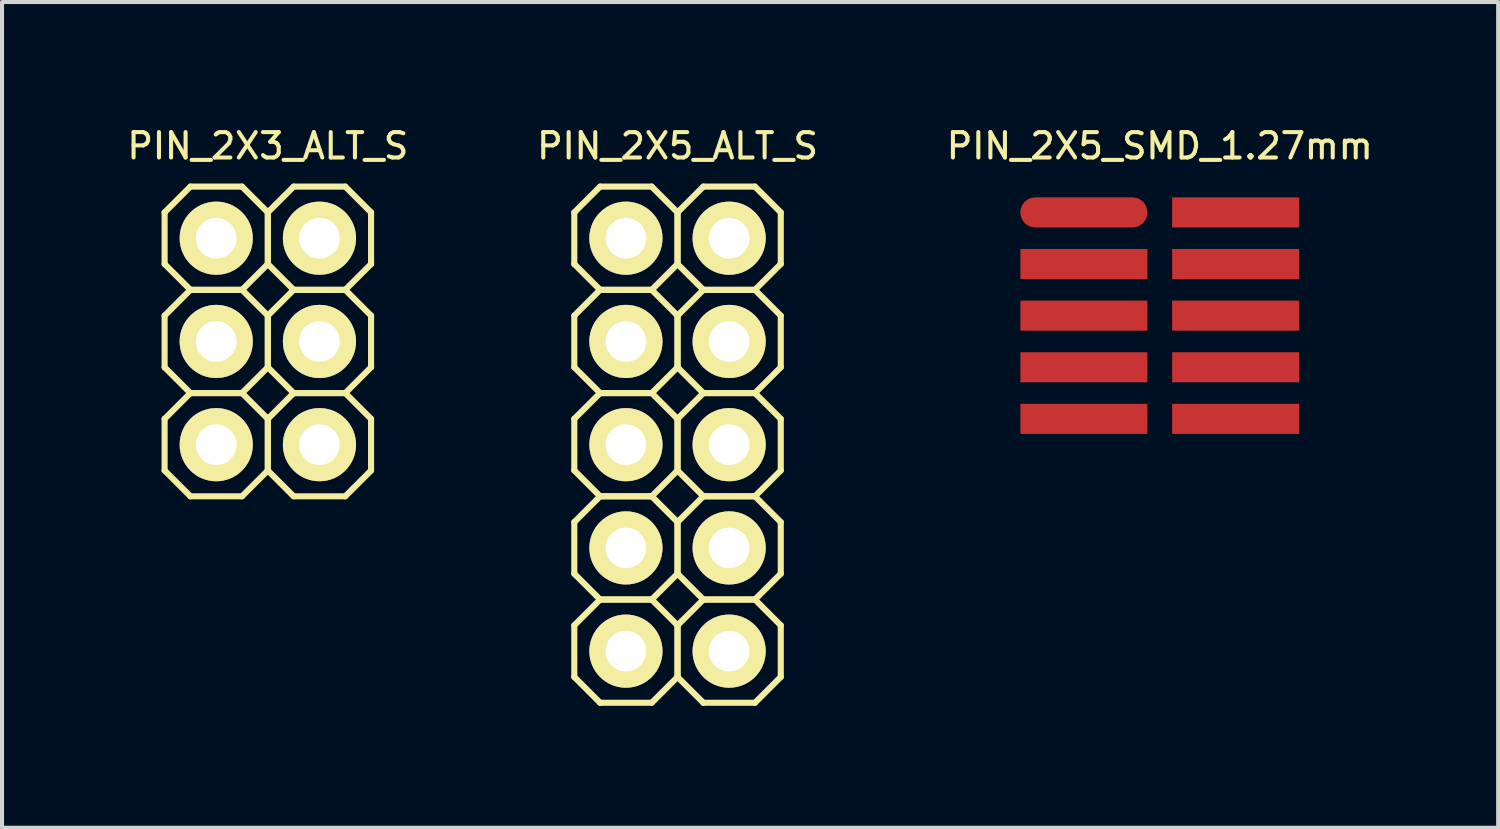
<source format=kicad_pcb>
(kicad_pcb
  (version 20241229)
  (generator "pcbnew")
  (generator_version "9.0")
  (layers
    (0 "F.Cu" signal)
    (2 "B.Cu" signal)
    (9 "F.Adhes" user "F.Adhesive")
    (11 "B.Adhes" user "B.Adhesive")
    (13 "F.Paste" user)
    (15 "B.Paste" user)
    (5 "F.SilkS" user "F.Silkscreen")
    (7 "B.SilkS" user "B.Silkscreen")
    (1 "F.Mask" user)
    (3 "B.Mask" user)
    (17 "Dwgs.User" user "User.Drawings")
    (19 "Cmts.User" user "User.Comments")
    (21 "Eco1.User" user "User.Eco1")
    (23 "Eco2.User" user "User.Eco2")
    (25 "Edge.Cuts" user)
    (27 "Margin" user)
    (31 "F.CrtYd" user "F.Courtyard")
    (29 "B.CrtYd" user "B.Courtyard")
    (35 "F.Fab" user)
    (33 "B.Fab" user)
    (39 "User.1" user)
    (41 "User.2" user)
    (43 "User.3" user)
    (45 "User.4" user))
  (footprint "PIN_2X5_ALT_S"
    (layer "F.Cu")
    (at 13.62 7.891)
    (property "Reference" "PIN_2X5_ALT_S" (at 0 -7.35 0) (layer "F.SilkS") (effects (font (size 0.625 0.625) (thickness 0.1))))
    (attr through_hole)
    (fp_line (start -2.54 -5.715) (end -2.54 -4.445) (stroke (width 0.15) (type solid)) (layer "F.SilkS"))
    (fp_line (start -2.54 -4.445) (end -1.905 -3.81) (stroke (width 0.15) (type solid)) (layer "F.SilkS"))
    (fp_line (start -2.54 -3.175) (end -2.54 -1.905) (stroke (width 0.15) (type solid)) (layer "F.SilkS"))
    (fp_line (start -2.54 -1.905) (end -1.905 -1.27) (stroke (width 0.15) (type solid)) (layer "F.SilkS"))
    (fp_line (start -2.54 -0.635) (end -2.54 0.635) (stroke (width 0.15) (type solid)) (layer "F.SilkS"))
    (fp_line (start -2.54 0.635) (end -1.905 1.27) (stroke (width 0.15) (type solid)) (layer "F.SilkS"))
    (fp_line (start -2.54 1.905) (end -2.54 3.175) (stroke (width 0.15) (type solid)) (layer "F.SilkS"))
    (fp_line (start -2.54 3.175) (end -1.905 3.81) (stroke (width 0.15) (type solid)) (layer "F.SilkS"))
    (fp_line (start -2.54 4.445) (end -2.54 5.715) (stroke (width 0.15) (type solid)) (layer "F.SilkS"))
    (fp_line (start -2.54 5.715) (end -1.905 6.35) (stroke (width 0.15) (type solid)) (layer "F.SilkS"))
    (fp_line (start -1.905 -6.35) (end -2.54 -5.715) (stroke (width 0.15) (type solid)) (layer "F.SilkS"))
    (fp_line (start -1.905 -3.81) (end -2.54 -3.175) (stroke (width 0.15) (type solid)) (layer "F.SilkS"))
    (fp_line (start -1.905 -3.81) (end -0.635 -3.81) (stroke (width 0.15) (type solid)) (layer "F.SilkS"))
    (fp_line (start -1.905 -1.27) (end -2.54 -0.635) (stroke (width 0.15) (type solid)) (layer "F.SilkS"))
    (fp_line (start -1.905 -1.27) (end -0.635 -1.27) (stroke (width 0.15) (type solid)) (layer "F.SilkS"))
    (fp_line (start -1.905 1.27) (end -2.54 1.905) (stroke (width 0.15) (type solid)) (layer "F.SilkS"))
    (fp_line (start -1.905 1.27) (end -0.635 1.27) (stroke (width 0.15) (type solid)) (layer "F.SilkS"))
    (fp_line (start -1.905 3.81) (end -2.54 4.445) (stroke (width 0.15) (type solid)) (layer "F.SilkS"))
    (fp_line (start -1.905 3.81) (end -0.635 3.81) (stroke (width 0.15) (type solid)) (layer "F.SilkS"))
    (fp_line (start -1.905 6.35) (end -0.635 6.35) (stroke (width 0.15) (type solid)) (layer "F.SilkS"))
    (fp_line (start -0.635 -6.35) (end -1.905 -6.35) (stroke (width 0.15) (type solid)) (layer "F.SilkS"))
    (fp_line (start -0.635 -3.81) (end -1.905 -3.81) (stroke (width 0.15) (type solid)) (layer "F.SilkS"))
    (fp_line (start -0.635 -3.81) (end 0 -4.445) (stroke (width 0.15) (type solid)) (layer "F.SilkS"))
    (fp_line (start -0.635 -1.27) (end -1.905 -1.27) (stroke (width 0.15) (type solid)) (layer "F.SilkS"))
    (fp_line (start -0.635 -1.27) (end 0 -1.905) (stroke (width 0.15) (type solid)) (layer "F.SilkS"))
    (fp_line (start -0.635 1.27) (end -1.905 1.27) (stroke (width 0.15) (type solid)) (layer "F.SilkS"))
    (fp_line (start -0.635 1.27) (end 0 0.635) (stroke (width 0.15) (type solid)) (layer "F.SilkS"))
    (fp_line (start -0.635 3.81) (end -1.905 3.81) (stroke (width 0.15) (type solid)) (layer "F.SilkS"))
    (fp_line (start -0.635 3.81) (end 0 3.175) (stroke (width 0.15) (type solid)) (layer "F.SilkS"))
    (fp_line (start -0.635 6.35) (end 0 5.715) (stroke (width 0.15) (type solid)) (layer "F.SilkS"))
    (fp_line (start 0 -5.715) (end -0.635 -6.35) (stroke (width 0.15) (type solid)) (layer "F.SilkS"))
    (fp_line (start 0 -5.715) (end 0.635 -6.35) (stroke (width 0.15) (type solid)) (layer "F.SilkS"))
    (fp_line (start 0 -4.445) (end 0 -5.715) (stroke (width 0.15) (type solid)) (layer "F.SilkS"))
    (fp_line (start 0 -4.445) (end 0 -5.715) (stroke (width 0.15) (type solid)) (layer "F.SilkS"))
    (fp_line (start 0 -3.175) (end -0.635 -3.81) (stroke (width 0.15) (type solid)) (layer "F.SilkS"))
    (fp_line (start 0 -3.175) (end 0.635 -3.81) (stroke (width 0.15) (type solid)) (layer "F.SilkS"))
    (fp_line (start 0 -1.905) (end 0 -3.175) (stroke (width 0.15) (type solid)) (layer "F.SilkS"))
    (fp_line (start 0 -1.905) (end 0 -3.175) (stroke (width 0.15) (type solid)) (layer "F.SilkS"))
    (fp_line (start 0 -0.635) (end -0.635 -1.27) (stroke (width 0.15) (type solid)) (layer "F.SilkS"))
    (fp_line (start 0 -0.635) (end 0.635 -1.27) (stroke (width 0.15) (type solid)) (layer "F.SilkS"))
    (fp_line (start 0 0.635) (end 0 -0.635) (stroke (width 0.15) (type solid)) (layer "F.SilkS"))
    (fp_line (start 0 0.635) (end 0 -0.635) (stroke (width 0.15) (type solid)) (layer "F.SilkS"))
    (fp_line (start 0 1.905) (end -0.635 1.27) (stroke (width 0.15) (type solid)) (layer "F.SilkS"))
    (fp_line (start 0 1.905) (end 0.635 1.27) (stroke (width 0.15) (type solid)) (layer "F.SilkS"))
    (fp_line (start 0 3.175) (end 0 1.905) (stroke (width 0.15) (type solid)) (layer "F.SilkS"))
    (fp_line (start 0 3.175) (end 0 1.905) (stroke (width 0.15) (type solid)) (layer "F.SilkS"))
    (fp_line (start 0 4.445) (end -0.635 3.81) (stroke (width 0.15) (type solid)) (layer "F.SilkS"))
    (fp_line (start 0 4.445) (end 0.635 3.81) (stroke (width 0.15) (type solid)) (layer "F.SilkS"))
    (fp_line (start 0 5.715) (end 0 4.445) (stroke (width 0.15) (type solid)) (layer "F.SilkS"))
    (fp_line (start 0 5.715) (end 0 4.445) (stroke (width 0.15) (type solid)) (layer "F.SilkS"))
    (fp_line (start 0.635 -6.35) (end 1.905 -6.35) (stroke (width 0.15) (type solid)) (layer "F.SilkS"))
    (fp_line (start 0.635 -3.81) (end 0 -4.445) (stroke (width 0.15) (type solid)) (layer "F.SilkS"))
    (fp_line (start 0.635 -3.81) (end 1.905 -3.81) (stroke (width 0.15) (type solid)) (layer "F.SilkS"))
    (fp_line (start 0.635 -1.27) (end 0 -1.905) (stroke (width 0.15) (type solid)) (layer "F.SilkS"))
    (fp_line (start 0.635 -1.27) (end 1.905 -1.27) (stroke (width 0.15) (type solid)) (layer "F.SilkS"))
    (fp_line (start 0.635 1.27) (end 0 0.635) (stroke (width 0.15) (type solid)) (layer "F.SilkS"))
    (fp_line (start 0.635 1.27) (end 1.905 1.27) (stroke (width 0.15) (type solid)) (layer "F.SilkS"))
    (fp_line (start 0.635 3.81) (end 0 3.175) (stroke (width 0.15) (type solid)) (layer "F.SilkS"))
    (fp_line (start 0.635 3.81) (end 1.905 3.81) (stroke (width 0.15) (type solid)) (layer "F.SilkS"))
    (fp_line (start 0.635 6.35) (end 0 5.715) (stroke (width 0.15) (type solid)) (layer "F.SilkS"))
    (fp_line (start 1.905 -6.35) (end 2.54 -5.715) (stroke (width 0.15) (type solid)) (layer "F.SilkS"))
    (fp_line (start 1.905 -3.81) (end 0.635 -3.81) (stroke (width 0.15) (type solid)) (layer "F.SilkS"))
    (fp_line (start 1.905 -3.81) (end 2.54 -3.175) (stroke (width 0.15) (type solid)) (layer "F.SilkS"))
    (fp_line (start 1.905 -1.27) (end 0.635 -1.27) (stroke (width 0.15) (type solid)) (layer "F.SilkS"))
    (fp_line (start 1.905 -1.27) (end 2.54 -0.635) (stroke (width 0.15) (type solid)) (layer "F.SilkS"))
    (fp_line (start 1.905 1.27) (end 0.635 1.27) (stroke (width 0.15) (type solid)) (layer "F.SilkS"))
    (fp_line (start 1.905 1.27) (end 2.54 1.905) (stroke (width 0.15) (type solid)) (layer "F.SilkS"))
    (fp_line (start 1.905 3.81) (end 0.635 3.81) (stroke (width 0.15) (type solid)) (layer "F.SilkS"))
    (fp_line (start 1.905 3.81) (end 2.54 4.445) (stroke (width 0.15) (type solid)) (layer "F.SilkS"))
    (fp_line (start 1.905 6.35) (end 0.635 6.35) (stroke (width 0.15) (type solid)) (layer "F.SilkS"))
    (fp_line (start 2.54 -5.715) (end 2.54 -4.445) (stroke (width 0.15) (type solid)) (layer "F.SilkS"))
    (fp_line (start 2.54 -4.445) (end 1.905 -3.81) (stroke (width 0.15) (type solid)) (layer "F.SilkS"))
    (fp_line (start 2.54 -3.175) (end 2.54 -1.905) (stroke (width 0.15) (type solid)) (layer "F.SilkS"))
    (fp_line (start 2.54 -1.905) (end 1.905 -1.27) (stroke (width 0.15) (type solid)) (layer "F.SilkS"))
    (fp_line (start 2.54 -0.635) (end 2.54 0.635) (stroke (width 0.15) (type solid)) (layer "F.SilkS"))
    (fp_line (start 2.54 0.635) (end 1.905 1.27) (stroke (width 0.15) (type solid)) (layer "F.SilkS"))
    (fp_line (start 2.54 1.905) (end 2.54 3.175) (stroke (width 0.15) (type solid)) (layer "F.SilkS"))
    (fp_line (start 2.54 3.175) (end 1.905 3.81) (stroke (width 0.15) (type solid)) (layer "F.SilkS"))
    (fp_line (start 2.54 4.445) (end 2.54 5.715) (stroke (width 0.15) (type solid)) (layer "F.SilkS"))
    (fp_line (start 2.54 5.715) (end 1.905 6.35) (stroke (width 0.15) (type solid)) (layer "F.SilkS"))
    (pad "1" thru_hole circle (at -1.27 -5.08 180) (size 1.8 1.8) (drill 1) (layers "*.Cu" "*.Mask" "F.SilkS"))
    (pad "2" thru_hole circle (at 1.27 -5.08) (size 1.8 1.8) (drill 1) (layers "*.Cu" "*.Mask" "F.SilkS"))
    (pad "3" thru_hole circle (at -1.27 -2.54 180) (size 1.8 1.8) (drill 1) (layers "*.Cu" "*.Mask" "F.SilkS"))
    (pad "4" thru_hole circle (at 1.27 -2.54) (size 1.8 1.8) (drill 1) (layers "*.Cu" "*.Mask" "F.SilkS"))
    (pad "5" thru_hole circle (at -1.27 0 180) (size 1.8 1.8) (drill 1) (layers "*.Cu" "*.Mask" "F.SilkS"))
    (pad "6" thru_hole circle (at 1.27 0) (size 1.8 1.8) (drill 1) (layers "*.Cu" "*.Mask" "F.SilkS"))
    (pad "7" thru_hole circle (at -1.27 2.54 180) (size 1.8 1.8) (drill 1) (layers "*.Cu" "*.Mask" "F.SilkS"))
    (pad "8" thru_hole circle (at 1.27 2.54) (size 1.8 1.8) (drill 1) (layers "*.Cu" "*.Mask" "F.SilkS"))
    (pad "9" thru_hole circle (at -1.27 5.08 180) (size 1.8 1.8) (drill 1) (layers "*.Cu" "*.Mask" "F.SilkS"))
    (pad "10" thru_hole circle (at 1.27 5.08) (size 1.8 1.8) (drill 1) (layers "*.Cu" "*.Mask" "F.SilkS")))
  (footprint "PIN_2X3_ALT_S"
    (layer "F.Cu")
    (at 3.54 5.351)
    (property "Reference" "PIN_2X3_ALT_S" (at 0 -4.81 0) (layer "F.SilkS") (effects (font (size 0.625 0.625) (thickness 0.1))))
    (attr through_hole)
    (fp_line (start -2.54 -3.175) (end -2.54 -1.905) (stroke (width 0.15) (type solid)) (layer "F.SilkS"))
    (fp_line (start -2.54 -1.905) (end -1.905 -1.27) (stroke (width 0.15) (type solid)) (layer "F.SilkS"))
    (fp_line (start -2.54 -0.635) (end -2.54 0.635) (stroke (width 0.15) (type solid)) (layer "F.SilkS"))
    (fp_line (start -2.54 0.635) (end -1.905 1.27) (stroke (width 0.15) (type solid)) (layer "F.SilkS"))
    (fp_line (start -2.54 1.905) (end -2.54 3.175) (stroke (width 0.15) (type solid)) (layer "F.SilkS"))
    (fp_line (start -2.54 3.175) (end -1.905 3.81) (stroke (width 0.15) (type solid)) (layer "F.SilkS"))
    (fp_line (start -1.905 -3.81) (end -2.54 -3.175) (stroke (width 0.15) (type solid)) (layer "F.SilkS"))
    (fp_line (start -1.905 -1.27) (end -2.54 -0.635) (stroke (width 0.15) (type solid)) (layer "F.SilkS"))
    (fp_line (start -1.905 -1.27) (end -0.635 -1.27) (stroke (width 0.15) (type solid)) (layer "F.SilkS"))
    (fp_line (start -1.905 1.27) (end -2.54 1.905) (stroke (width 0.15) (type solid)) (layer "F.SilkS"))
    (fp_line (start -1.905 1.27) (end -0.635 1.27) (stroke (width 0.15) (type solid)) (layer "F.SilkS"))
    (fp_line (start -1.905 3.81) (end -0.635 3.81) (stroke (width 0.15) (type solid)) (layer "F.SilkS"))
    (fp_line (start -0.635 -3.81) (end -1.905 -3.81) (stroke (width 0.15) (type solid)) (layer "F.SilkS"))
    (fp_line (start -0.635 -1.27) (end -1.905 -1.27) (stroke (width 0.15) (type solid)) (layer "F.SilkS"))
    (fp_line (start -0.635 -1.27) (end 0 -1.905) (stroke (width 0.15) (type solid)) (layer "F.SilkS"))
    (fp_line (start -0.635 1.27) (end -1.905 1.27) (stroke (width 0.15) (type solid)) (layer "F.SilkS"))
    (fp_line (start -0.635 1.27) (end 0 0.635) (stroke (width 0.15) (type solid)) (layer "F.SilkS"))
    (fp_line (start -0.635 3.81) (end 0 3.175) (stroke (width 0.15) (type solid)) (layer "F.SilkS"))
    (fp_line (start 0 -3.175) (end -0.635 -3.81) (stroke (width 0.15) (type solid)) (layer "F.SilkS"))
    (fp_line (start 0 -3.175) (end 0.635 -3.81) (stroke (width 0.15) (type solid)) (layer "F.SilkS"))
    (fp_line (start 0 -1.905) (end 0 -3.175) (stroke (width 0.15) (type solid)) (layer "F.SilkS"))
    (fp_line (start 0 -1.905) (end 0 -3.175) (stroke (width 0.15) (type solid)) (layer "F.SilkS"))
    (fp_line (start 0 -0.635) (end -0.635 -1.27) (stroke (width 0.15) (type solid)) (layer "F.SilkS"))
    (fp_line (start 0 -0.635) (end 0.635 -1.27) (stroke (width 0.15) (type solid)) (layer "F.SilkS"))
    (fp_line (start 0 0.635) (end 0 -0.635) (stroke (width 0.15) (type solid)) (layer "F.SilkS"))
    (fp_line (start 0 0.635) (end 0 -0.635) (stroke (width 0.15) (type solid)) (layer "F.SilkS"))
    (fp_line (start 0 1.905) (end -0.635 1.27) (stroke (width 0.15) (type solid)) (layer "F.SilkS"))
    (fp_line (start 0 1.905) (end 0.635 1.27) (stroke (width 0.15) (type solid)) (layer "F.SilkS"))
    (fp_line (start 0 3.175) (end 0 1.905) (stroke (width 0.15) (type solid)) (layer "F.SilkS"))
    (fp_line (start 0 3.175) (end 0 1.905) (stroke (width 0.15) (type solid)) (layer "F.SilkS"))
    (fp_line (start 0.635 -3.81) (end 1.905 -3.81) (stroke (width 0.15) (type solid)) (layer "F.SilkS"))
    (fp_line (start 0.635 -1.27) (end 0 -1.905) (stroke (width 0.15) (type solid)) (layer "F.SilkS"))
    (fp_line (start 0.635 -1.27) (end 1.905 -1.27) (stroke (width 0.15) (type solid)) (layer "F.SilkS"))
    (fp_line (start 0.635 1.27) (end 0 0.635) (stroke (width 0.15) (type solid)) (layer "F.SilkS"))
    (fp_line (start 0.635 1.27) (end 1.905 1.27) (stroke (width 0.15) (type solid)) (layer "F.SilkS"))
    (fp_line (start 0.635 3.81) (end 0 3.175) (stroke (width 0.15) (type solid)) (layer "F.SilkS"))
    (fp_line (start 1.905 -3.81) (end 2.54 -3.175) (stroke (width 0.15) (type solid)) (layer "F.SilkS"))
    (fp_line (start 1.905 -1.27) (end 0.635 -1.27) (stroke (width 0.15) (type solid)) (layer "F.SilkS"))
    (fp_line (start 1.905 -1.27) (end 2.54 -0.635) (stroke (width 0.15) (type solid)) (layer "F.SilkS"))
    (fp_line (start 1.905 1.27) (end 0.635 1.27) (stroke (width 0.15) (type solid)) (layer "F.SilkS"))
    (fp_line (start 1.905 1.27) (end 2.54 1.905) (stroke (width 0.15) (type solid)) (layer "F.SilkS"))
    (fp_line (start 1.905 3.81) (end 0.635 3.81) (stroke (width 0.15) (type solid)) (layer "F.SilkS"))
    (fp_line (start 2.54 -3.175) (end 2.54 -1.905) (stroke (width 0.15) (type solid)) (layer "F.SilkS"))
    (fp_line (start 2.54 -1.905) (end 1.905 -1.27) (stroke (width 0.15) (type solid)) (layer "F.SilkS"))
    (fp_line (start 2.54 -0.635) (end 2.54 0.635) (stroke (width 0.15) (type solid)) (layer "F.SilkS"))
    (fp_line (start 2.54 0.635) (end 1.905 1.27) (stroke (width 0.15) (type solid)) (layer "F.SilkS"))
    (fp_line (start 2.54 1.905) (end 2.54 3.175) (stroke (width 0.15) (type solid)) (layer "F.SilkS"))
    (fp_line (start 2.54 3.175) (end 1.905 3.81) (stroke (width 0.15) (type solid)) (layer "F.SilkS"))
    (pad "1" thru_hole circle (at -1.27 -2.54 180) (size 1.8 1.8) (drill 1) (layers "*.Cu" "*.Mask" "F.SilkS"))
    (pad "2" thru_hole circle (at 1.27 -2.54) (size 1.8 1.8) (drill 1) (layers "*.Cu" "*.Mask" "F.SilkS"))
    (pad "3" thru_hole circle (at -1.27 0 180) (size 1.8 1.8) (drill 1) (layers "*.Cu" "*.Mask" "F.SilkS"))
    (pad "4" thru_hole circle (at 1.27 0) (size 1.8 1.8) (drill 1) (layers "*.Cu" "*.Mask" "F.SilkS"))
    (pad "5" thru_hole circle (at -1.27 2.54 180) (size 1.8 1.8) (drill 1) (layers "*.Cu" "*.Mask" "F.SilkS"))
    (pad "6" thru_hole circle (at 1.27 2.54) (size 1.8 1.8) (drill 1) (layers "*.Cu" "*.Mask" "F.SilkS")))
  (footprint "PIN_2X5_SMD_1.27mm"
    (layer "F.Cu")
    (at 25.485 4.716)
    (property "Reference" "PIN_2X5_SMD_1.27mm" (at 0 -4.175 0) (layer "F.SilkS") (effects (font (size 0.625 0.625) (thickness 0.1))))
    (attr through_hole)
    (pad "1" smd oval (at -1.867 -2.54 180) (size 3.125 0.74) (layers "F.Cu" "F.Mask" "F.Paste"))
    (pad "2" smd rect (at 1.867 -2.54) (size 3.125 0.74) (layers "F.Cu" "F.Mask" "F.Paste"))
    (pad "3" smd rect (at -1.867 -1.27 180) (size 3.125 0.74) (layers "F.Cu" "F.Mask" "F.Paste"))
    (pad "4" smd rect (at 1.867 -1.27) (size 3.125 0.74) (layers "F.Cu" "F.Mask" "F.Paste"))
    (pad "5" smd rect (at -1.867 0 180) (size 3.125 0.74) (layers "F.Cu" "F.Mask" "F.Paste"))
    (pad "6" smd rect (at 1.867 0) (size 3.125 0.74) (layers "F.Cu" "F.Mask" "F.Paste"))
    (pad "7" smd rect (at -1.867 1.27 180) (size 3.125 0.74) (layers "F.Cu" "F.Mask" "F.Paste"))
    (pad "8" smd rect (at 1.867 1.27) (size 3.125 0.74) (layers "F.Cu" "F.Mask" "F.Paste"))
    (pad "9" smd rect (at -1.867 2.54 180) (size 3.125 0.74) (layers "F.Cu" "F.Mask" "F.Paste"))
    (pad "10" smd rect (at 1.867 2.54) (size 3.125 0.74) (layers "F.Cu" "F.Mask" "F.Paste")))
  (gr_rect
    (start -3 -3)
    (end 33.811 17.316)
    (stroke (width 0.1) (type default))
    (fill no)
    (layer "Edge.Cuts")))
</source>
